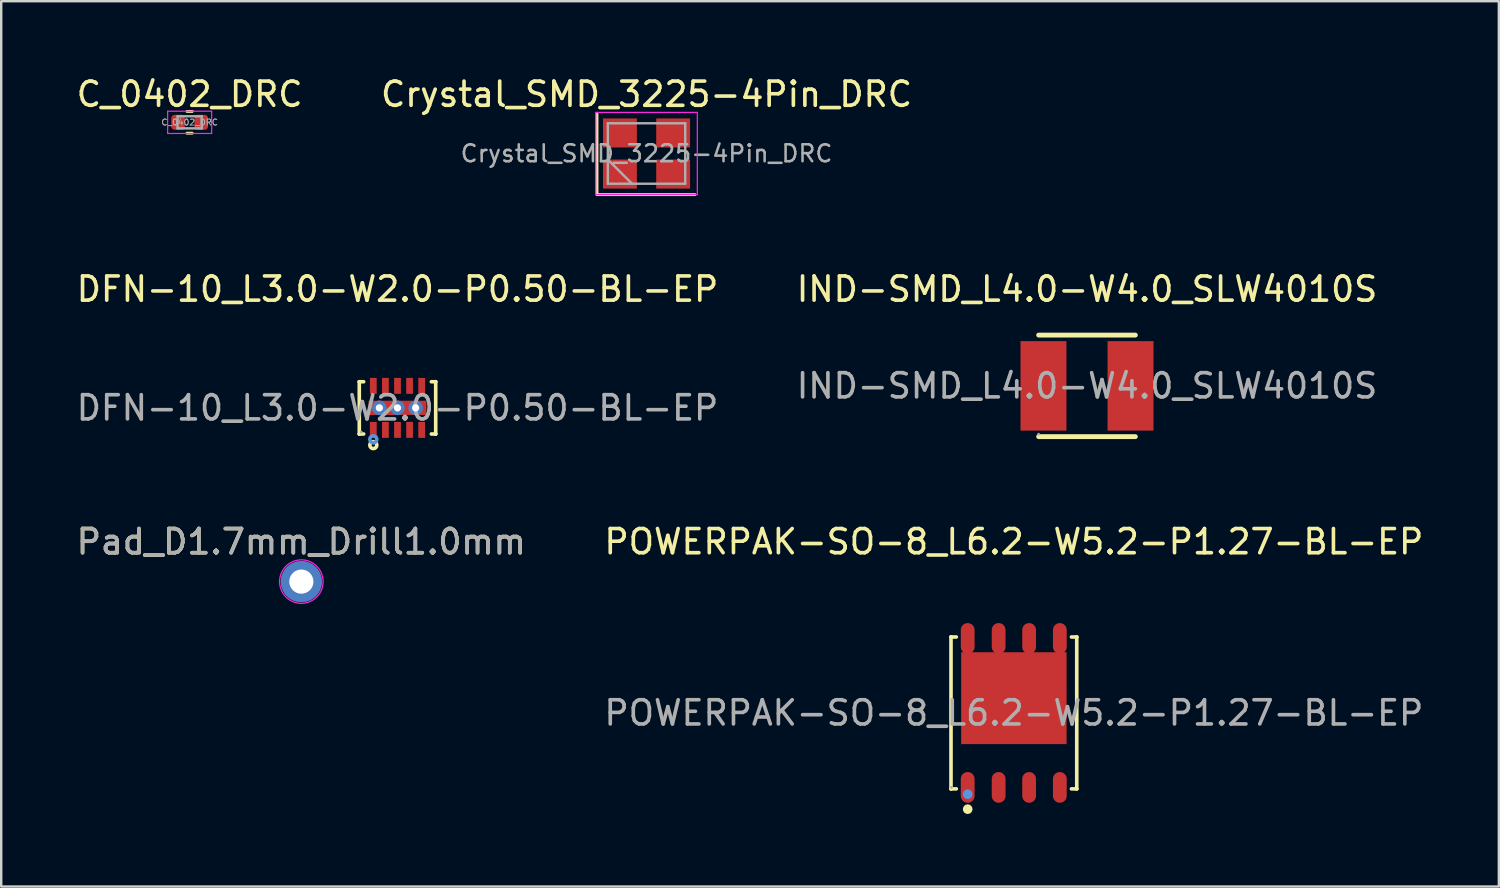
<source format=kicad_pcb>
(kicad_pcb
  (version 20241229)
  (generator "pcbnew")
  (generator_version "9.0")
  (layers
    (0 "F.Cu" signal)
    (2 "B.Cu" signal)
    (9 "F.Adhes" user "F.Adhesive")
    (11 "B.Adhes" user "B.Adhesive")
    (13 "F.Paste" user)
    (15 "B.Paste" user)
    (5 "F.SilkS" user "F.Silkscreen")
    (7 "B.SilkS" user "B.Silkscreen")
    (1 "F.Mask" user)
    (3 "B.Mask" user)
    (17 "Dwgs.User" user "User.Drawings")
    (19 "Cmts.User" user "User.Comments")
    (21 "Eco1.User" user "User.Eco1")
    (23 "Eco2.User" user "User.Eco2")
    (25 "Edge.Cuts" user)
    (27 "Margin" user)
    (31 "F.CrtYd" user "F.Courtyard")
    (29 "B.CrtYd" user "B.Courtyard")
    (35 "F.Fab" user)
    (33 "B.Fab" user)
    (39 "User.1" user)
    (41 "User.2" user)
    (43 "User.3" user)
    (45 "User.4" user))
  (footprint "Crystal_SMD_3225-4Pin_DRC"
    (layer "F.Cu")
    (at 23.685 3.298)
    (property "Reference" "Crystal_SMD_3225-4Pin_DRC" (at 0 -2.45 0) (layer "F.SilkS") (effects (font (size 1 1) (thickness 0.15))))
    (attr smd)
    (fp_line (start -2.05 -1.65) (end -2.05 1.65) (stroke (width 0.12) (type solid)) (layer "F.SilkS"))
    (fp_line (start -2.05 1.7) (end 2 1.7) (stroke (width 0.12) (type solid)) (layer "F.SilkS"))
    (fp_line (start -2.1 -1.7) (end -2.1 1.7) (stroke (width 0.05) (type solid)) (layer "F.CrtYd"))
    (fp_line (start -2.1 1.7) (end 2.1 1.7) (stroke (width 0.05) (type solid)) (layer "F.CrtYd"))
    (fp_line (start 2.1 -1.7) (end -2.1 -1.7) (stroke (width 0.05) (type solid)) (layer "F.CrtYd"))
    (fp_line (start 2.1 1.7) (end 2.1 -1.7) (stroke (width 0.05) (type solid)) (layer "F.CrtYd"))
    (fp_line (start -1.6 -1.25) (end -1.6 1.25) (stroke (width 0.1) (type solid)) (layer "F.Fab"))
    (fp_line (start -1.6 0.25) (end -0.6 1.25) (stroke (width 0.1) (type solid)) (layer "F.Fab"))
    (fp_line (start -1.6 1.25) (end 1.6 1.25) (stroke (width 0.1) (type solid)) (layer "F.Fab"))
    (fp_line (start 1.6 -1.25) (end -1.6 -1.25) (stroke (width 0.1) (type solid)) (layer "F.Fab"))
    (fp_line (start 1.6 1.25) (end 1.6 -1.25) (stroke (width 0.1) (type solid)) (layer "F.Fab"))
    (fp_text user "${REFERENCE}" (at 0 0 0) (layer "F.Fab") (effects (font (size 0.7 0.7) (thickness 0.105))))
    (pad "1" smd rect (at -1.1 0.85) (size 1.4 1.2) (layers "F.Cu" "F.Mask" "F.Paste"))
    (pad "2" smd rect (at 1.1 0.85) (size 1.4 1.2) (layers "F.Cu" "F.Mask" "F.Paste"))
    (pad "3" smd rect (at 1.1 -0.85) (size 1.4 1.2) (layers "F.Cu" "F.Mask" "F.Paste"))
    (pad "4" smd rect (at -1.1 -0.85) (size 1.4 1.2) (layers "F.Cu" "F.Mask" "F.Paste")))
  (footprint "DFN-10_L3.0-W2.0-P0.50-BL-EP"
    (layer "F.Cu")
    (at 13.387 13.816)
    (property "Reference" "DFN-10_L3.0-W2.0-P0.50-BL-EP" (at 0 -4.91 0) (layer "F.SilkS") (effects (font (size 1 1) (thickness 0.15))))
    (attr smd)
    (fp_line (start -1.58 -1.08) (end -1.58 -1.08) (stroke (width 0.15) (type solid)) (layer "F.SilkS"))
    (fp_line (start -1.58 -1.08) (end -1.4 -1.08) (stroke (width 0.15) (type solid)) (layer "F.SilkS"))
    (fp_line (start -1.58 1.08) (end -1.58 -1.08) (stroke (width 0.15) (type solid)) (layer "F.SilkS"))
    (fp_line (start -1.58 1.08) (end -1.58 1.08) (stroke (width 0.15) (type solid)) (layer "F.SilkS"))
    (fp_line (start -1.4 1.08) (end -1.58 1.08) (stroke (width 0.15) (type solid)) (layer "F.SilkS"))
    (fp_line (start 1.4 1.08) (end 1.58 1.08) (stroke (width 0.15) (type solid)) (layer "F.SilkS"))
    (fp_line (start 1.58 -1.08) (end 1.4 -1.08) (stroke (width 0.15) (type solid)) (layer "F.SilkS"))
    (fp_line (start 1.58 -1.08) (end 1.58 -1.08) (stroke (width 0.15) (type solid)) (layer "F.SilkS"))
    (fp_line (start 1.58 1.08) (end 1.58 -1.08) (stroke (width 0.15) (type solid)) (layer "F.SilkS"))
    (fp_line (start 1.58 1.08) (end 1.58 1.08) (stroke (width 0.15) (type solid)) (layer "F.SilkS"))
    (fp_circle (center -1 1.54) (end -0.93 1.54) (stroke (width 0.15) (type solid)) (fill no) (layer "F.SilkS"))
    (fp_circle (center -1 1.3) (end -0.93 1.3) (stroke (width 0.15) (type solid)) (fill no) (layer "Cmts.User"))
    (fp_circle (center -1.5 1) (end -1.47 1) (stroke (width 0.06) (type solid)) (fill no) (layer "F.Fab"))
    (fp_text user "${REFERENCE}" (at 0 0 0) (layer "F.Fab") (effects (font (size 1 1) (thickness 0.15))))
    (pad "1" smd rect (at -1 0.91) (size 0.28 0.66) (layers "F.Cu" "F.Mask" "F.Paste"))
    (pad "2" smd rect (at -0.5 0.91) (size 0.28 0.66) (layers "F.Cu" "F.Mask" "F.Paste"))
    (pad "3" smd rect (at 0 0.91) (size 0.28 0.66) (layers "F.Cu" "F.Mask" "F.Paste"))
    (pad "4" smd rect (at 0.5 0.91) (size 0.28 0.66) (layers "F.Cu" "F.Mask" "F.Paste"))
    (pad "5" smd rect (at 1 0.91) (size 0.28 0.66) (layers "F.Cu" "F.Mask" "F.Paste"))
    (pad "6" smd rect (at 1 -0.91) (size 0.28 0.66) (layers "F.Cu" "F.Mask" "F.Paste"))
    (pad "7" smd rect (at 0.5 -0.91) (size 0.28 0.66) (layers "F.Cu" "F.Mask" "F.Paste"))
    (pad "8" smd rect (at 0 -0.91) (size 0.28 0.66) (layers "F.Cu" "F.Mask" "F.Paste"))
    (pad "9" smd rect (at -0.5 -0.91) (size 0.28 0.66) (layers "F.Cu" "F.Mask" "F.Paste"))
    (pad "10" smd rect (at -1 -0.91) (size 0.28 0.66) (layers "F.Cu" "F.Mask" "F.Paste"))
    (pad "11" thru_hole circle (at -0.75 0) (size 0.6 0.6) (drill 0.3) (layers "*.Cu"))
    (pad "11" thru_hole circle (at 0 0 90) (size 0.6 0.6) (drill 0.3) (layers "*.Cu"))
    (pad "11" smd rect (at 0 0) (size 2.39 0.59) (layers "F.Cu" "F.Mask" "F.Paste"))
    (pad "11" thru_hole circle (at 0.75 0) (size 0.6 0.6) (drill 0.3) (layers "*.Cu")))
  (footprint "IND-SMD_L4.0-W4.0_SLW4010S"
    (layer "F.Cu")
    (at 41.899 12.906)
    (property "Reference" "IND-SMD_L4.0-W4.0_SLW4010S" (at 0 -4 0) (layer "F.SilkS") (effects (font (size 1 1) (thickness 0.15))))
    (attr smd)
    (fp_line (start -2 -2.1) (end 2 -2.1) (stroke (width 0.2) (type solid)) (layer "F.SilkS"))
    (fp_line (start -2 2.1) (end 2 2.1) (stroke (width 0.2) (type solid)) (layer "F.SilkS"))
    (fp_circle (center -2 2) (end -1.97 2) (stroke (width 0.06) (type solid)) (fill no) (layer "F.Fab"))
    (fp_text user "${REFERENCE}" (at 0 0 0) (layer "F.Fab") (effects (font (size 1 1) (thickness 0.15))))
    (pad "1" smd rect (at -1.8 0 90) (size 3.7 1.9) (layers "F.Cu" "F.Mask" "F.Paste"))
    (pad "2" smd rect (at 1.8 0 90) (size 3.7 1.9) (layers "F.Cu" "F.Mask" "F.Paste")))
  (footprint "C_0402_DRC"
    (layer "F.Cu")
    (at 4.792 2.008)
    (property "Reference" "C_0402_DRC" (at 0 -1.16 0) (layer "F.SilkS") (effects (font (size 1 1) (thickness 0.15))))
    (attr smd)
    (fp_line (start -0.108 -0.45) (end 0.108 -0.45) (stroke (width 0.12) (type solid)) (layer "F.SilkS"))
    (fp_line (start -0.108 0.45) (end 0.108 0.45) (stroke (width 0.12) (type solid)) (layer "F.SilkS"))
    (fp_line (start -0.91 -0.46) (end 0.91 -0.46) (stroke (width 0.05) (type solid)) (layer "F.CrtYd"))
    (fp_line (start -0.91 0.46) (end -0.91 -0.46) (stroke (width 0.05) (type solid)) (layer "F.CrtYd"))
    (fp_line (start 0.91 -0.46) (end 0.91 0.46) (stroke (width 0.05) (type solid)) (layer "F.CrtYd"))
    (fp_line (start 0.91 0.46) (end -0.91 0.46) (stroke (width 0.05) (type solid)) (layer "F.CrtYd"))
    (fp_line (start -0.5 -0.25) (end 0.5 -0.25) (stroke (width 0.1) (type solid)) (layer "F.Fab"))
    (fp_line (start -0.5 0.25) (end -0.5 -0.25) (stroke (width 0.1) (type solid)) (layer "F.Fab"))
    (fp_line (start 0.5 -0.25) (end 0.5 0.25) (stroke (width 0.1) (type solid)) (layer "F.Fab"))
    (fp_line (start 0.5 0.25) (end -0.5 0.25) (stroke (width 0.1) (type solid)) (layer "F.Fab"))
    (fp_text user "${REFERENCE}" (at 0 0 0) (layer "F.Fab") (effects (font (size 0.25 0.25) (thickness 0.04))))
    (pad "1" smd roundrect (at -0.48 0) (size 0.56 0.62) (layers "F.Cu" "F.Mask" "F.Paste") (roundrect_rratio 0.25))
    (pad "2" smd roundrect (at 0.48 0) (size 0.56 0.62) (layers "F.Cu" "F.Mask" "F.Paste") (roundrect_rratio 0.25)))
  (footprint "Pad_D1.7mm_Drill1.0mm"
    (layer "F.Cu")
    (at 9.411 21)
    (property "Reference" "Pad_D1.7mm_Drill1.0mm" (at 0 -1.648 0) (layer "F.SilkS") (effects (font (size 1 1) (thickness 0.15))))
    (attr through_hole board_only exclude_from_pos_files exclude_from_bom dnp)
    (fp_circle (center 0 0) (end 0.9 0) (stroke (width 0.05) (type solid)) (fill no) (layer "F.CrtYd"))
    (fp_text user "${REFERENCE}" (at 0 -1.65 0) (layer "F.Fab") (effects (font (size 1 1) (thickness 0.15))))
    (pad "" thru_hole circle (at 0 0) (size 1.7 1.7) (drill 1) (layers "*.Cu" "*.Mask")))
  (footprint "POWERPAK-SO-8_L6.2-W5.2-P1.27-BL-EP"
    (layer "F.Cu")
    (at 38.875 26.43)
    (property "Reference" "POWERPAK-SO-8_L6.2-W5.2-P1.27-BL-EP" (at 0 -7.08 0) (layer "F.SilkS") (effects (font (size 1 1) (thickness 0.15))))
    (attr smd)
    (fp_line (start -2.6 -3.14) (end -2.6 -3.14) (stroke (width 0.15) (type solid)) (layer "F.SilkS"))
    (fp_line (start -2.6 -3.14) (end -2.38 -3.14) (stroke (width 0.15) (type solid)) (layer "F.SilkS"))
    (fp_line (start -2.6 3.14) (end -2.6 -3.14) (stroke (width 0.15) (type solid)) (layer "F.SilkS"))
    (fp_line (start -2.6 3.14) (end -2.6 3.14) (stroke (width 0.15) (type solid)) (layer "F.SilkS"))
    (fp_line (start -2.38 3.14) (end -2.6 3.14) (stroke (width 0.15) (type solid)) (layer "F.SilkS"))
    (fp_line (start 2.38 3.14) (end 2.6 3.14) (stroke (width 0.15) (type solid)) (layer "F.SilkS"))
    (fp_line (start 2.6 -3.14) (end 2.38 -3.14) (stroke (width 0.15) (type solid)) (layer "F.SilkS"))
    (fp_line (start 2.6 -3.14) (end 2.6 -3.14) (stroke (width 0.15) (type solid)) (layer "F.SilkS"))
    (fp_line (start 2.6 3.14) (end 2.6 -3.14) (stroke (width 0.15) (type solid)) (layer "F.SilkS"))
    (fp_line (start 2.6 3.14) (end 2.6 3.14) (stroke (width 0.15) (type solid)) (layer "F.SilkS"))
    (fp_circle (center -1.91 3.98) (end -1.81 3.98) (stroke (width 0.2) (type solid)) (fill no) (layer "F.SilkS"))
    (fp_circle (center -1.91 3.36) (end -1.81 3.36) (stroke (width 0.2) (type solid)) (fill no) (layer "Cmts.User"))
    (fp_circle (center -2.58 3.08) (end -2.55 3.08) (stroke (width 0.06) (type solid)) (fill no) (layer "F.Fab"))
    (fp_text user "${REFERENCE}" (at 0 0 0) (layer "F.Fab") (effects (font (size 1 1) (thickness 0.15))))
    (pad "1" smd oval (at -1.91 3.08) (size 0.57 1.27) (layers "F.Cu" "F.Mask" "F.Paste"))
    (pad "2" smd oval (at -0.63 3.08) (size 0.57 1.27) (layers "F.Cu" "F.Mask" "F.Paste"))
    (pad "3" smd oval (at 0.63 3.08) (size 0.57 1.27) (layers "F.Cu" "F.Mask" "F.Paste"))
    (pad "4" smd oval (at 1.9 3.08) (size 0.57 1.27) (layers "F.Cu" "F.Mask" "F.Paste"))
    (pad "5" smd oval (at 1.9 -3.08) (size 0.57 1.27) (layers "F.Cu" "F.Mask" "F.Paste"))
    (pad "6" smd oval (at 0.63 -3.08) (size 0.57 1.27) (layers "F.Cu" "F.Mask" "F.Paste"))
    (pad "7" smd oval (at -0.63 -3.08) (size 0.57 1.27) (layers "F.Cu" "F.Mask" "F.Paste"))
    (pad "8" smd oval (at -1.91 -3.08) (size 0.57 1.27) (layers "F.Cu" "F.Mask" "F.Paste"))
    (pad "9" smd rect (at 0 -0.61) (size 4.36 3.8) (layers "F.Cu" "F.Mask" "F.Paste")))
  (gr_rect
    (start -3 -3)
    (end 58.929 33.61)
    (stroke (width 0.1) (type default))
    (fill no)
    (layer "Edge.Cuts")))
</source>
